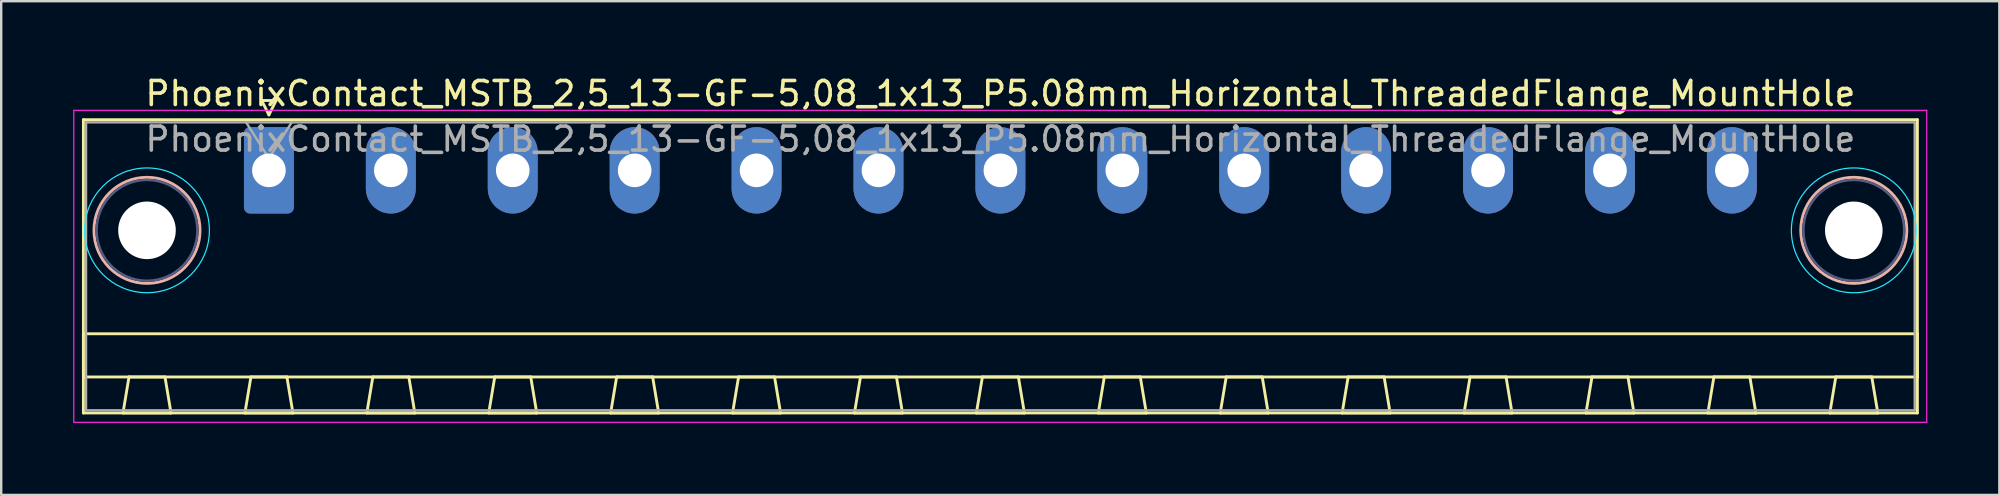
<source format=kicad_pcb>
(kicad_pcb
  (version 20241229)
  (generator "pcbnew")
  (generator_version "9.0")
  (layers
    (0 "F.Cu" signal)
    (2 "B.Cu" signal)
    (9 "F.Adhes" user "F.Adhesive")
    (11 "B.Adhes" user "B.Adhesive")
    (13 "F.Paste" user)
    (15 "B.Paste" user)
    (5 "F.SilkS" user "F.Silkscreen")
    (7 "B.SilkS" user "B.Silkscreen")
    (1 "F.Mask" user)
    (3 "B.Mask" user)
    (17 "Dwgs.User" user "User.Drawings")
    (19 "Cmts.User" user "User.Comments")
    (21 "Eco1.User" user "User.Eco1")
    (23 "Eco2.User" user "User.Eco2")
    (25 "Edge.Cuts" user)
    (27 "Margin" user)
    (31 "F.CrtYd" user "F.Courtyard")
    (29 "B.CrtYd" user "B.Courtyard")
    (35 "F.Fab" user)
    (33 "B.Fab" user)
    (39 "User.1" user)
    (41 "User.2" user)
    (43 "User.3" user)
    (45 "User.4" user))
  (footprint "PhoenixContact_MSTB_2,5_13-GF-5,08_1x13_P5.08mm_Horizontal_ThreadedFlange_MountHole"
    (layer "F.Cu")
    (at 8.155 4.048)
    (property "Reference" "PhoenixContact_MSTB_2,5_13-GF-5,08_1x13_P5.08mm_Horizontal_ThreadedFlange_MountHole" (at 30.48 -3.2 0) (layer "F.SilkS") (effects (font (size 1 1) (thickness 0.15))))
    (attr through_hole)
    (fp_line (start -7.73 -2.11) (end -7.73 10.11) (stroke (width 0.12) (type solid)) (layer "F.SilkS"))
    (fp_line (start -7.73 6.81) (end 68.69 6.81) (stroke (width 0.12) (type solid)) (layer "F.SilkS"))
    (fp_line (start -7.73 8.61) (end -7.73 6.81) (stroke (width 0.12) (type solid)) (layer "F.SilkS"))
    (fp_line (start -7.73 10.11) (end 68.69 10.11) (stroke (width 0.12) (type solid)) (layer "F.SilkS"))
    (fp_line (start -6.08 10.11) (end -4.08 10.11) (stroke (width 0.12) (type solid)) (layer "F.SilkS"))
    (fp_line (start -5.83 8.61) (end -6.08 10.11) (stroke (width 0.12) (type solid)) (layer "F.SilkS"))
    (fp_line (start -4.33 8.61) (end -5.83 8.61) (stroke (width 0.12) (type solid)) (layer "F.SilkS"))
    (fp_line (start -4.08 10.11) (end -4.33 8.61) (stroke (width 0.12) (type solid)) (layer "F.SilkS"))
    (fp_line (start -1 10.11) (end 1 10.11) (stroke (width 0.12) (type solid)) (layer "F.SilkS"))
    (fp_line (start -0.75 8.61) (end -1 10.11) (stroke (width 0.12) (type solid)) (layer "F.SilkS"))
    (fp_line (start -0.3 -2.91) (end 0.3 -2.91) (stroke (width 0.12) (type solid)) (layer "F.SilkS"))
    (fp_line (start 0 -2.31) (end -0.3 -2.91) (stroke (width 0.12) (type solid)) (layer "F.SilkS"))
    (fp_line (start 0.3 -2.91) (end 0 -2.31) (stroke (width 0.12) (type solid)) (layer "F.SilkS"))
    (fp_line (start 0.75 8.61) (end -0.75 8.61) (stroke (width 0.12) (type solid)) (layer "F.SilkS"))
    (fp_line (start 1 10.11) (end 0.75 8.61) (stroke (width 0.12) (type solid)) (layer "F.SilkS"))
    (fp_line (start 4.08 10.11) (end 6.08 10.11) (stroke (width 0.12) (type solid)) (layer "F.SilkS"))
    (fp_line (start 4.33 8.61) (end 4.08 10.11) (stroke (width 0.12) (type solid)) (layer "F.SilkS"))
    (fp_line (start 5.83 8.61) (end 4.33 8.61) (stroke (width 0.12) (type solid)) (layer "F.SilkS"))
    (fp_line (start 6.08 10.11) (end 5.83 8.61) (stroke (width 0.12) (type solid)) (layer "F.SilkS"))
    (fp_line (start 9.16 10.11) (end 11.16 10.11) (stroke (width 0.12) (type solid)) (layer "F.SilkS"))
    (fp_line (start 9.41 8.61) (end 9.16 10.11) (stroke (width 0.12) (type solid)) (layer "F.SilkS"))
    (fp_line (start 10.91 8.61) (end 9.41 8.61) (stroke (width 0.12) (type solid)) (layer "F.SilkS"))
    (fp_line (start 11.16 10.11) (end 10.91 8.61) (stroke (width 0.12) (type solid)) (layer "F.SilkS"))
    (fp_line (start 14.24 10.11) (end 16.24 10.11) (stroke (width 0.12) (type solid)) (layer "F.SilkS"))
    (fp_line (start 14.49 8.61) (end 14.24 10.11) (stroke (width 0.12) (type solid)) (layer "F.SilkS"))
    (fp_line (start 15.99 8.61) (end 14.49 8.61) (stroke (width 0.12) (type solid)) (layer "F.SilkS"))
    (fp_line (start 16.24 10.11) (end 15.99 8.61) (stroke (width 0.12) (type solid)) (layer "F.SilkS"))
    (fp_line (start 19.32 10.11) (end 21.32 10.11) (stroke (width 0.12) (type solid)) (layer "F.SilkS"))
    (fp_line (start 19.57 8.61) (end 19.32 10.11) (stroke (width 0.12) (type solid)) (layer "F.SilkS"))
    (fp_line (start 21.07 8.61) (end 19.57 8.61) (stroke (width 0.12) (type solid)) (layer "F.SilkS"))
    (fp_line (start 21.32 10.11) (end 21.07 8.61) (stroke (width 0.12) (type solid)) (layer "F.SilkS"))
    (fp_line (start 24.4 10.11) (end 26.4 10.11) (stroke (width 0.12) (type solid)) (layer "F.SilkS"))
    (fp_line (start 24.65 8.61) (end 24.4 10.11) (stroke (width 0.12) (type solid)) (layer "F.SilkS"))
    (fp_line (start 26.15 8.61) (end 24.65 8.61) (stroke (width 0.12) (type solid)) (layer "F.SilkS"))
    (fp_line (start 26.4 10.11) (end 26.15 8.61) (stroke (width 0.12) (type solid)) (layer "F.SilkS"))
    (fp_line (start 29.48 10.11) (end 31.48 10.11) (stroke (width 0.12) (type solid)) (layer "F.SilkS"))
    (fp_line (start 29.73 8.61) (end 29.48 10.11) (stroke (width 0.12) (type solid)) (layer "F.SilkS"))
    (fp_line (start 31.23 8.61) (end 29.73 8.61) (stroke (width 0.12) (type solid)) (layer "F.SilkS"))
    (fp_line (start 31.48 10.11) (end 31.23 8.61) (stroke (width 0.12) (type solid)) (layer "F.SilkS"))
    (fp_line (start 34.56 10.11) (end 36.56 10.11) (stroke (width 0.12) (type solid)) (layer "F.SilkS"))
    (fp_line (start 34.81 8.61) (end 34.56 10.11) (stroke (width 0.12) (type solid)) (layer "F.SilkS"))
    (fp_line (start 36.31 8.61) (end 34.81 8.61) (stroke (width 0.12) (type solid)) (layer "F.SilkS"))
    (fp_line (start 36.56 10.11) (end 36.31 8.61) (stroke (width 0.12) (type solid)) (layer "F.SilkS"))
    (fp_line (start 39.64 10.11) (end 41.64 10.11) (stroke (width 0.12) (type solid)) (layer "F.SilkS"))
    (fp_line (start 39.89 8.61) (end 39.64 10.11) (stroke (width 0.12) (type solid)) (layer "F.SilkS"))
    (fp_line (start 41.39 8.61) (end 39.89 8.61) (stroke (width 0.12) (type solid)) (layer "F.SilkS"))
    (fp_line (start 41.64 10.11) (end 41.39 8.61) (stroke (width 0.12) (type solid)) (layer "F.SilkS"))
    (fp_line (start 44.72 10.11) (end 46.72 10.11) (stroke (width 0.12) (type solid)) (layer "F.SilkS"))
    (fp_line (start 44.97 8.61) (end 44.72 10.11) (stroke (width 0.12) (type solid)) (layer "F.SilkS"))
    (fp_line (start 46.47 8.61) (end 44.97 8.61) (stroke (width 0.12) (type solid)) (layer "F.SilkS"))
    (fp_line (start 46.72 10.11) (end 46.47 8.61) (stroke (width 0.12) (type solid)) (layer "F.SilkS"))
    (fp_line (start 49.8 10.11) (end 51.8 10.11) (stroke (width 0.12) (type solid)) (layer "F.SilkS"))
    (fp_line (start 50.05 8.61) (end 49.8 10.11) (stroke (width 0.12) (type solid)) (layer "F.SilkS"))
    (fp_line (start 51.55 8.61) (end 50.05 8.61) (stroke (width 0.12) (type solid)) (layer "F.SilkS"))
    (fp_line (start 51.8 10.11) (end 51.55 8.61) (stroke (width 0.12) (type solid)) (layer "F.SilkS"))
    (fp_line (start 54.88 10.11) (end 56.88 10.11) (stroke (width 0.12) (type solid)) (layer "F.SilkS"))
    (fp_line (start 55.13 8.61) (end 54.88 10.11) (stroke (width 0.12) (type solid)) (layer "F.SilkS"))
    (fp_line (start 56.63 8.61) (end 55.13 8.61) (stroke (width 0.12) (type solid)) (layer "F.SilkS"))
    (fp_line (start 56.88 10.11) (end 56.63 8.61) (stroke (width 0.12) (type solid)) (layer "F.SilkS"))
    (fp_line (start 59.96 10.11) (end 61.96 10.11) (stroke (width 0.12) (type solid)) (layer "F.SilkS"))
    (fp_line (start 60.21 8.61) (end 59.96 10.11) (stroke (width 0.12) (type solid)) (layer "F.SilkS"))
    (fp_line (start 61.71 8.61) (end 60.21 8.61) (stroke (width 0.12) (type solid)) (layer "F.SilkS"))
    (fp_line (start 61.96 10.11) (end 61.71 8.61) (stroke (width 0.12) (type solid)) (layer "F.SilkS"))
    (fp_line (start 65.04 10.11) (end 67.04 10.11) (stroke (width 0.12) (type solid)) (layer "F.SilkS"))
    (fp_line (start 65.29 8.61) (end 65.04 10.11) (stroke (width 0.12) (type solid)) (layer "F.SilkS"))
    (fp_line (start 66.79 8.61) (end 65.29 8.61) (stroke (width 0.12) (type solid)) (layer "F.SilkS"))
    (fp_line (start 67.04 10.11) (end 66.79 8.61) (stroke (width 0.12) (type solid)) (layer "F.SilkS"))
    (fp_line (start 68.69 -2.11) (end -7.73 -2.11) (stroke (width 0.12) (type solid)) (layer "F.SilkS"))
    (fp_line (start 68.69 6.81) (end 68.69 8.61) (stroke (width 0.12) (type solid)) (layer "F.SilkS"))
    (fp_line (start 68.69 8.61) (end -7.73 8.61) (stroke (width 0.12) (type solid)) (layer "F.SilkS"))
    (fp_line (start 68.69 10.11) (end 68.69 -2.11) (stroke (width 0.12) (type solid)) (layer "F.SilkS"))
    (fp_circle (center -5.08 2.5) (end -2.87 2.5) (stroke (width 0.12) (type solid)) (fill no) (layer "B.SilkS"))
    (fp_circle (center 66.04 2.5) (end 68.25 2.5) (stroke (width 0.12) (type solid)) (fill no) (layer "B.SilkS"))
    (fp_circle (center -5.08 2.5) (end -2.48 2.5) (stroke (width 0.05) (type solid)) (fill no) (layer "B.CrtYd"))
    (fp_circle (center 66.04 2.5) (end 68.64 2.5) (stroke (width 0.05) (type solid)) (fill no) (layer "B.CrtYd"))
    (fp_line (start -8.13 -2.5) (end -8.13 10.5) (stroke (width 0.05) (type solid)) (layer "F.CrtYd"))
    (fp_line (start -8.13 10.5) (end 69.08 10.5) (stroke (width 0.05) (type solid)) (layer "F.CrtYd"))
    (fp_line (start 69.08 -2.5) (end -8.13 -2.5) (stroke (width 0.05) (type solid)) (layer "F.CrtYd"))
    (fp_line (start 69.08 10.5) (end 69.08 -2.5) (stroke (width 0.05) (type solid)) (layer "F.CrtYd"))
    (fp_circle (center -5.08 2.5) (end -2.98 2.5) (stroke (width 0.1) (type solid)) (fill no) (layer "B.Fab"))
    (fp_circle (center 66.04 2.5) (end 68.14 2.5) (stroke (width 0.1) (type solid)) (fill no) (layer "B.Fab"))
    (fp_line (start -7.62 -2) (end -7.62 10) (stroke (width 0.1) (type solid)) (layer "F.Fab"))
    (fp_line (start -7.62 10) (end 68.58 10) (stroke (width 0.1) (type solid)) (layer "F.Fab"))
    (fp_line (start 0 -0.5) (end -0.95 -2) (stroke (width 0.1) (type solid)) (layer "F.Fab"))
    (fp_line (start 0.95 -2) (end 0 -0.5) (stroke (width 0.1) (type solid)) (layer "F.Fab"))
    (fp_line (start 68.58 -2) (end -7.62 -2) (stroke (width 0.1) (type solid)) (layer "F.Fab"))
    (fp_line (start 68.58 10) (end 68.58 -2) (stroke (width 0.1) (type solid)) (layer "F.Fab"))
    (fp_text user "${REFERENCE}" (at 30.48 -1.3 0) (layer "F.Fab") (effects (font (size 1 1) (thickness 0.15))))
    (pad "" np_thru_hole circle (at -5.08 2.5) (size 2.4 2.4) (drill 2.4) (layers "*.Cu" "*.Mask"))
    (pad "" np_thru_hole circle (at 66.04 2.5) (size 2.4 2.4) (drill 2.4) (layers "*.Cu" "*.Mask"))
    (pad "1" thru_hole roundrect (at 0 0) (size 2.08 3.6) (drill 1.4) (layers "*.Cu" "*.Mask") (roundrect_rratio 0.12))
    (pad "2" thru_hole oval (at 5.08 0) (size 2.08 3.6) (drill 1.4) (layers "*.Cu" "*.Mask"))
    (pad "3" thru_hole oval (at 10.16 0) (size 2.08 3.6) (drill 1.4) (layers "*.Cu" "*.Mask"))
    (pad "4" thru_hole oval (at 15.24 0) (size 2.08 3.6) (drill 1.4) (layers "*.Cu" "*.Mask"))
    (pad "5" thru_hole oval (at 20.32 0) (size 2.08 3.6) (drill 1.4) (layers "*.Cu" "*.Mask"))
    (pad "6" thru_hole oval (at 25.4 0) (size 2.08 3.6) (drill 1.4) (layers "*.Cu" "*.Mask"))
    (pad "7" thru_hole oval (at 30.48 0) (size 2.08 3.6) (drill 1.4) (layers "*.Cu" "*.Mask"))
    (pad "8" thru_hole oval (at 35.56 0) (size 2.08 3.6) (drill 1.4) (layers "*.Cu" "*.Mask"))
    (pad "9" thru_hole oval (at 40.64 0) (size 2.08 3.6) (drill 1.4) (layers "*.Cu" "*.Mask"))
    (pad "10" thru_hole oval (at 45.72 0) (size 2.08 3.6) (drill 1.4) (layers "*.Cu" "*.Mask"))
    (pad "11" thru_hole oval (at 50.8 0) (size 2.08 3.6) (drill 1.4) (layers "*.Cu" "*.Mask"))
    (pad "12" thru_hole oval (at 55.88 0) (size 2.08 3.6) (drill 1.4) (layers "*.Cu" "*.Mask"))
    (pad "13" thru_hole oval (at 60.96 0) (size 2.08 3.6) (drill 1.4) (layers "*.Cu" "*.Mask")))
  (gr_rect
    (start -3 -3)
    (end 80.26 17.573)
    (stroke (width 0.1) (type default))
    (fill no)
    (layer "Edge.Cuts")))
</source>
